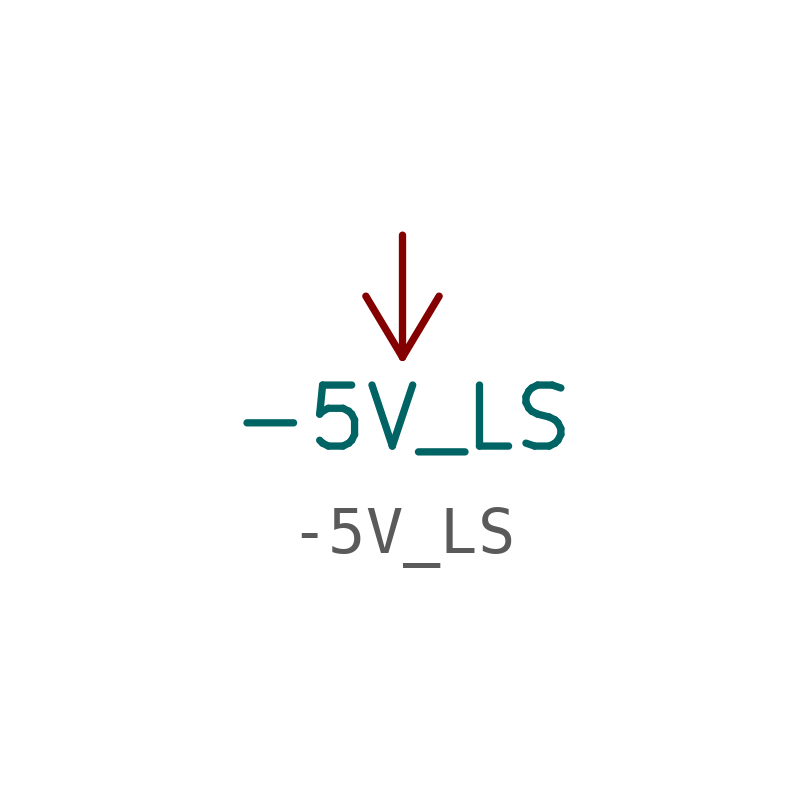
<source format=kicad_sym>
(kicad_symbol_lib
  (version 20211014)
  (generator kicad_symbol_editor)
  (symbol "-5V_LS"
    (power)
    (pin_numbers hide)
    (pin_names
      (offset 0))
    (property "Reference" "#PWR"
      (at 1.27 0 90)
      (effects (font (size 1.27 1.27)) hide))
    (property "Value" "-5V_LS"
      (at 0 -3.81 0)
      (effects (font (size 1.27 1.27))))
    (symbol "-5V_LS_1_1"
      (polyline (pts (xy 0 -2.54) (xy -0.762 -1.27)) (stroke (width 0) (type default) (color 0 0 0 0)) (fill (type none)))
      (polyline (pts (xy 0 0) (xy 0 -2.54)) (stroke (width 0) (type default) (color 0 0 0 0)) (fill (type none)))
      (polyline (pts (xy 0.762 -1.27) (xy 0 -2.54)) (stroke (width 0) (type default) (color 0 0 0 0)) (fill (type none)))
      (pin power_in line (at 0 0 90) (length 0) hide (name "-5V_LS" (effects (font (size 1.27 1.27)))) (number "1" (effects (font (size 1.27 1.27))))))))
</source>
